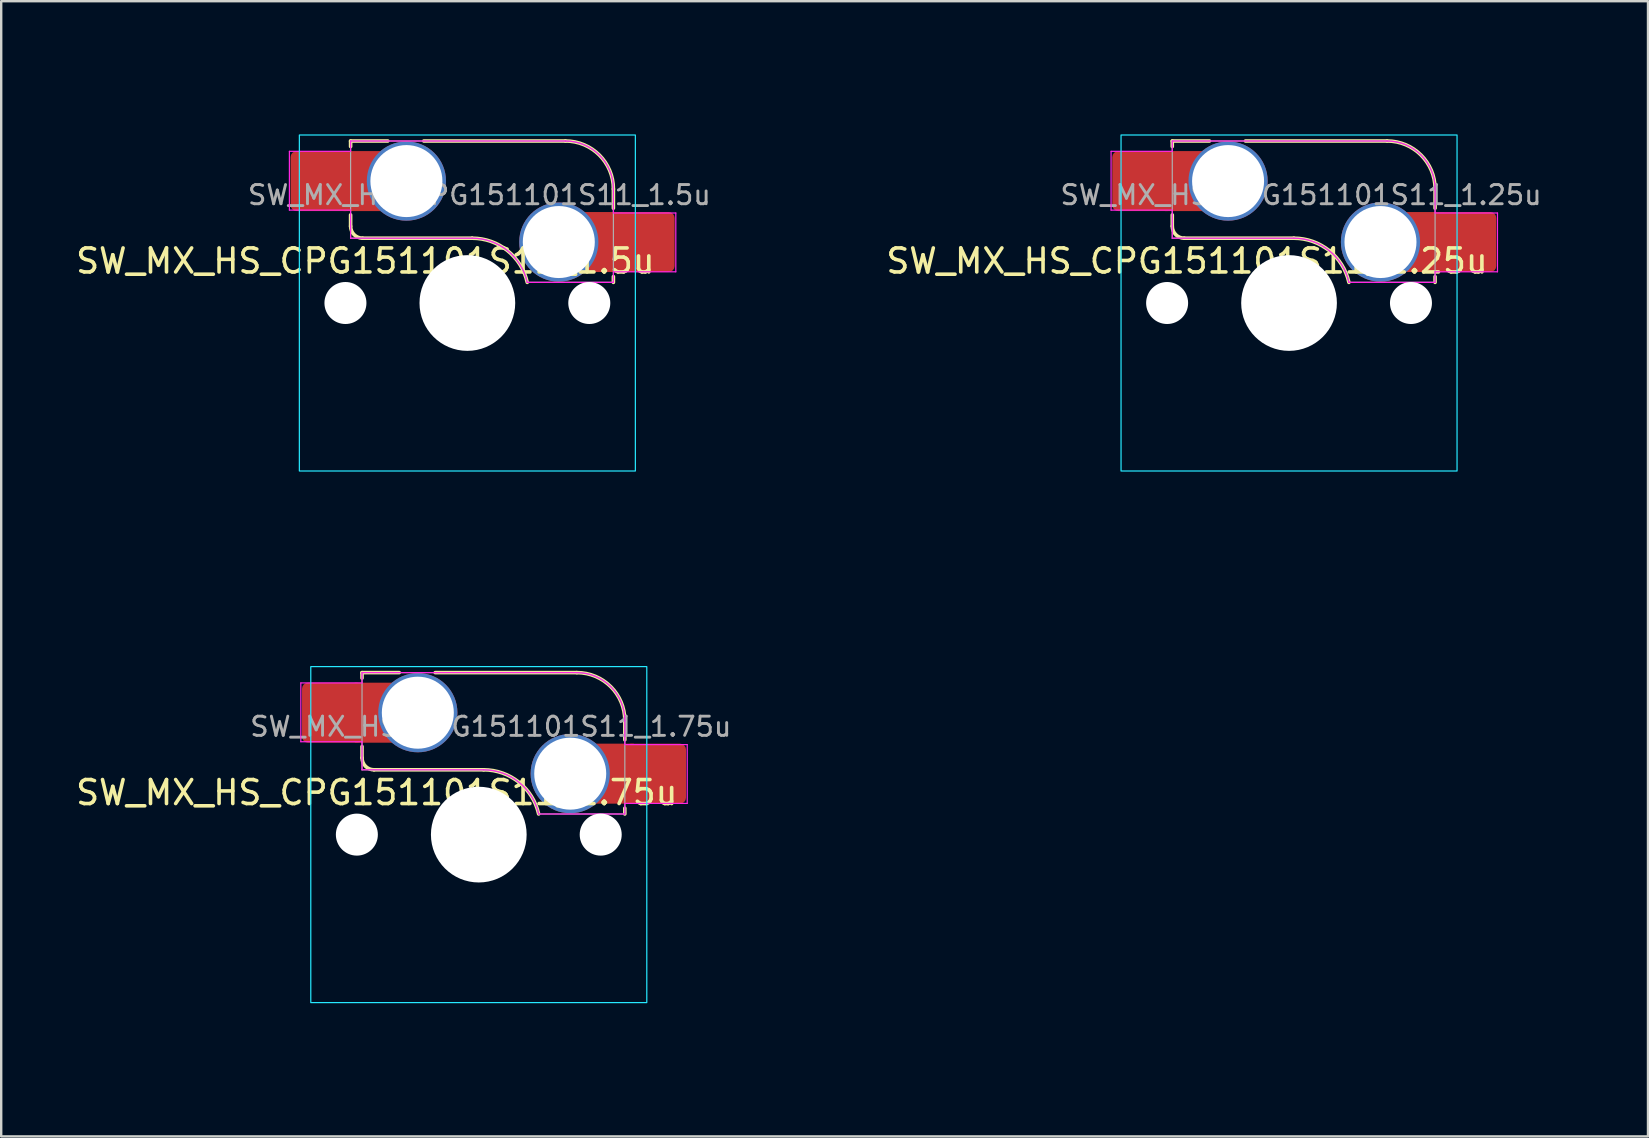
<source format=kicad_pcb>
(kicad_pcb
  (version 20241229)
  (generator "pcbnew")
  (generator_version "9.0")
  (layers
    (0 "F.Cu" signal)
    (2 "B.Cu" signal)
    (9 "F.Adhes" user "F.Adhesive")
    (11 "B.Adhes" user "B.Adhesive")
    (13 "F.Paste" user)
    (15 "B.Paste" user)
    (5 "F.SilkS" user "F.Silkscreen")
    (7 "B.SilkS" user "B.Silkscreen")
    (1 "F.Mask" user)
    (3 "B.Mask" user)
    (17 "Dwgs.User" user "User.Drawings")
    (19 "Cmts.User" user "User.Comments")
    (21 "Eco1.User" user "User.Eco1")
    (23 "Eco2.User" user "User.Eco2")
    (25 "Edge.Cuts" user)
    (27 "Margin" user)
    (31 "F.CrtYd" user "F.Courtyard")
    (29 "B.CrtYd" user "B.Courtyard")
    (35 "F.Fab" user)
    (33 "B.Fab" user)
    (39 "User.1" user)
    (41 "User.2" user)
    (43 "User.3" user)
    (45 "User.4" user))
  (footprint "SW_MX_HS_CPG151101S11_1.75u"
    (layer "F.Cu")
    (at 16.899 31.725)
    (property "Reference" "SW_MX_HS_CPG151101S11_1.75u" (at -4.25 -1.75 0) (layer "F.SilkS") (effects (font (size 1 1) (thickness 0.15))))
    (attr smd)
    (fp_line (start -4.865 -6.75) (end -4.865 -6.52) (stroke (width 0.15) (type solid)) (layer "F.SilkS"))
    (fp_line (start -4.865 -3.67) (end -4.865 -3.2) (stroke (width 0.15) (type solid)) (layer "F.SilkS"))
    (fp_line (start -4.365 -2.7) (end 0.2 -2.7) (stroke (width 0.15) (type solid)) (layer "F.SilkS"))
    (fp_line (start -3.315 -6.75) (end -4.865 -6.75) (stroke (width 0.15) (type solid)) (layer "F.SilkS"))
    (fp_line (start 4.085 -6.75) (end -1.815 -6.75) (stroke (width 0.15) (type solid)) (layer "F.SilkS"))
    (fp_line (start 6.085 -3.95) (end 6.085 -4.75) (stroke (width 0.15) (type solid)) (layer "F.SilkS"))
    (fp_line (start 6.085 -1.1) (end 6.085 -0.86) (stroke (width 0.15) (type solid)) (layer "F.SilkS"))
    (fp_arc (start -4.364824 -2.70022) (mid -4.718377 -2.846667) (end -4.864824 -3.20022) (stroke (width 0.15) (type solid)) (layer "F.SilkS"))
    (fp_arc (start 0.2 -2.70022) (mid 1.670693 -2.183637) (end 2.494322 -0.86022) (stroke (width 0.15) (type solid)) (layer "F.SilkS"))
    (fp_arc (start 4.085176 -6.75022) (mid 5.49939 -6.164434) (end 6.085176 -4.75022) (stroke (width 0.15) (type solid)) (layer "F.SilkS"))
    (fp_rect (start -16.669 -9.525) (end 16.669 9.525) (stroke (width 0.1) (type default)) (fill no) (layer "Eco2.User"))
    (fp_rect (start -7 -7) (end 7 7) (stroke (width 0.05) (type default)) (fill no) (layer "Eco2.User"))
    (fp_rect (start -7 -7) (end 7 7) (stroke (width 0.05) (type default)) (fill no) (layer "B.CrtYd"))
    (fp_line (start -7.415 -6.32) (end -4.865 -6.32) (stroke (width 0.05) (type solid)) (layer "F.CrtYd"))
    (fp_line (start -7.415 -3.87) (end -7.415 -6.32) (stroke (width 0.05) (type solid)) (layer "F.CrtYd"))
    (fp_line (start -4.865 -6.75) (end -4.865 -6.32) (stroke (width 0.05) (type solid)) (layer "F.CrtYd"))
    (fp_line (start -4.865 -3.87) (end -7.415 -3.87) (stroke (width 0.05) (type solid)) (layer "F.CrtYd"))
    (fp_line (start -4.865 -3.87) (end -4.865 -2.7) (stroke (width 0.05) (type solid)) (layer "F.CrtYd"))
    (fp_line (start -4.865 -2.7) (end 0.2 -2.7) (stroke (width 0.05) (type solid)) (layer "F.CrtYd"))
    (fp_line (start 4.085 -6.75) (end -4.865 -6.75) (stroke (width 0.05) (type solid)) (layer "F.CrtYd"))
    (fp_line (start 6.085 -3.75) (end 6.085 -4.75) (stroke (width 0.05) (type solid)) (layer "F.CrtYd"))
    (fp_line (start 6.085 -3.75) (end 8.685 -3.75) (stroke (width 0.05) (type solid)) (layer "F.CrtYd"))
    (fp_line (start 6.085 -1.3) (end 6.085 -0.86) (stroke (width 0.05) (type solid)) (layer "F.CrtYd"))
    (fp_line (start 6.085 -0.86) (end 2.494 -0.86) (stroke (width 0.05) (type solid)) (layer "F.CrtYd"))
    (fp_line (start 8.685 -3.75) (end 8.685 -1.3) (stroke (width 0.05) (type solid)) (layer "F.CrtYd"))
    (fp_line (start 8.685 -1.3) (end 6.085 -1.3) (stroke (width 0.05) (type solid)) (layer "F.CrtYd"))
    (fp_arc (start 0.2 -2.70022) (mid 1.670503 -2.183399) (end 2.494322 -0.86022) (stroke (width 0.05) (type solid)) (layer "F.CrtYd"))
    (fp_arc (start 4.085176 -6.75022) (mid 5.49939 -6.164434) (end 6.085176 -4.75022) (stroke (width 0.05) (type solid)) (layer "F.CrtYd"))
    (fp_line (start -4.865 -6.75) (end -4.865 -2.7) (stroke (width 0.05) (type solid)) (layer "F.Fab"))
    (fp_line (start -4.865 -2.7) (end 0.2 -2.7) (stroke (width 0.05) (type solid)) (layer "F.Fab"))
    (fp_line (start 4.085 -6.75) (end -4.865 -6.75) (stroke (width 0.05) (type solid)) (layer "F.Fab"))
    (fp_line (start 6.085 -0.86) (end 2.494 -0.86) (stroke (width 0.05) (type solid)) (layer "F.Fab"))
    (fp_line (start 6.085 -0.86) (end 6.085 -4.75) (stroke (width 0.05) (type solid)) (layer "F.Fab"))
    (fp_arc (start 0.2 -2.70022) (mid 1.670503 -2.183399) (end 2.494322 -0.86022) (stroke (width 0.05) (type solid)) (layer "F.Fab"))
    (fp_arc (start 4.085176 -6.75022) (mid 5.49939 -6.164434) (end 6.085176 -4.75022) (stroke (width 0.05) (type solid)) (layer "F.Fab"))
    (fp_text user "${REFERENCE}" (at 0.5 -4.5 0) (layer "F.Fab") (effects (font (size 0.8 0.8) (thickness 0.12))))
    (pad "" np_thru_hole circle (at -5.08 0) (size 1.75 1.75) (drill 1.75) (layers "*.Cu" "*.Mask"))
    (pad "" np_thru_hole circle (at 0 0) (size 3.988 3.988) (drill 3.988) (layers "*.Cu" "*.Mask"))
    (pad "" np_thru_hole circle (at 5.08 0) (size 1.75 1.75) (drill 1.75) (layers "*.Cu" "*.Mask"))
    (pad "1" thru_hole circle (at 3.81 -2.54) (size 3.3 3.3) (drill 3) (layers "*.Cu" "*.Mask"))
    (pad "1" smd rect (at 5.635 -2.54 180) (size 1.65 2.5) (layers "F.Cu"))
    (pad "1" smd roundrect (at 7.36 -2.54) (size 2.55 2.5) (layers "F.Cu" "F.Mask" "F.Paste") (roundrect_rratio 0.1))
    (pad "2" smd roundrect (at -6.09 -5.08) (size 2.55 2.5) (layers "F.Cu" "F.Mask" "F.Paste") (roundrect_rratio 0.1))
    (pad "2" smd rect (at -4.34 -5.08) (size 1.65 2.5) (layers "F.Cu"))
    (pad "2" thru_hole circle (at -2.54 -5.08) (size 3.3 3.3) (drill 3) (layers "*.Cu" "*.Mask")))
  (footprint "SW_MX_HS_CPG151101S11_1.5u"
    (layer "F.Cu")
    (at 16.423 9.575)
    (property "Reference" "SW_MX_HS_CPG151101S11_1.5u" (at -4.25 -1.75 0) (layer "F.SilkS") (effects (font (size 1 1) (thickness 0.15))))
    (attr smd)
    (fp_line (start -4.865 -6.75) (end -4.865 -6.52) (stroke (width 0.15) (type solid)) (layer "F.SilkS"))
    (fp_line (start -4.865 -3.67) (end -4.865 -3.2) (stroke (width 0.15) (type solid)) (layer "F.SilkS"))
    (fp_line (start -4.365 -2.7) (end 0.2 -2.7) (stroke (width 0.15) (type solid)) (layer "F.SilkS"))
    (fp_line (start -3.315 -6.75) (end -4.865 -6.75) (stroke (width 0.15) (type solid)) (layer "F.SilkS"))
    (fp_line (start 4.085 -6.75) (end -1.815 -6.75) (stroke (width 0.15) (type solid)) (layer "F.SilkS"))
    (fp_line (start 6.085 -3.95) (end 6.085 -4.75) (stroke (width 0.15) (type solid)) (layer "F.SilkS"))
    (fp_line (start 6.085 -1.1) (end 6.085 -0.86) (stroke (width 0.15) (type solid)) (layer "F.SilkS"))
    (fp_arc (start -4.364824 -2.70022) (mid -4.718377 -2.846667) (end -4.864824 -3.20022) (stroke (width 0.15) (type solid)) (layer "F.SilkS"))
    (fp_arc (start 0.2 -2.70022) (mid 1.670693 -2.183637) (end 2.494322 -0.86022) (stroke (width 0.15) (type solid)) (layer "F.SilkS"))
    (fp_arc (start 4.085176 -6.75022) (mid 5.49939 -6.164434) (end 6.085176 -4.75022) (stroke (width 0.15) (type solid)) (layer "F.SilkS"))
    (fp_rect (start -14.287 -9.525) (end 14.287 9.525) (stroke (width 0.1) (type default)) (fill no) (layer "Eco2.User"))
    (fp_rect (start -7 -7) (end 7 7) (stroke (width 0.05) (type default)) (fill no) (layer "Eco2.User"))
    (fp_rect (start -7 -7) (end 7 7) (stroke (width 0.05) (type default)) (fill no) (layer "B.CrtYd"))
    (fp_line (start -7.415 -6.32) (end -4.865 -6.32) (stroke (width 0.05) (type solid)) (layer "F.CrtYd"))
    (fp_line (start -7.415 -3.87) (end -7.415 -6.32) (stroke (width 0.05) (type solid)) (layer "F.CrtYd"))
    (fp_line (start -4.865 -6.75) (end -4.865 -6.32) (stroke (width 0.05) (type solid)) (layer "F.CrtYd"))
    (fp_line (start -4.865 -3.87) (end -7.415 -3.87) (stroke (width 0.05) (type solid)) (layer "F.CrtYd"))
    (fp_line (start -4.865 -3.87) (end -4.865 -2.7) (stroke (width 0.05) (type solid)) (layer "F.CrtYd"))
    (fp_line (start -4.865 -2.7) (end 0.2 -2.7) (stroke (width 0.05) (type solid)) (layer "F.CrtYd"))
    (fp_line (start 4.085 -6.75) (end -4.865 -6.75) (stroke (width 0.05) (type solid)) (layer "F.CrtYd"))
    (fp_line (start 6.085 -3.75) (end 6.085 -4.75) (stroke (width 0.05) (type solid)) (layer "F.CrtYd"))
    (fp_line (start 6.085 -3.75) (end 8.685 -3.75) (stroke (width 0.05) (type solid)) (layer "F.CrtYd"))
    (fp_line (start 6.085 -1.3) (end 6.085 -0.86) (stroke (width 0.05) (type solid)) (layer "F.CrtYd"))
    (fp_line (start 6.085 -0.86) (end 2.494 -0.86) (stroke (width 0.05) (type solid)) (layer "F.CrtYd"))
    (fp_line (start 8.685 -3.75) (end 8.685 -1.3) (stroke (width 0.05) (type solid)) (layer "F.CrtYd"))
    (fp_line (start 8.685 -1.3) (end 6.085 -1.3) (stroke (width 0.05) (type solid)) (layer "F.CrtYd"))
    (fp_arc (start 0.2 -2.70022) (mid 1.670503 -2.183399) (end 2.494322 -0.86022) (stroke (width 0.05) (type solid)) (layer "F.CrtYd"))
    (fp_arc (start 4.085176 -6.75022) (mid 5.49939 -6.164434) (end 6.085176 -4.75022) (stroke (width 0.05) (type solid)) (layer "F.CrtYd"))
    (fp_line (start -4.865 -6.75) (end -4.865 -2.7) (stroke (width 0.05) (type solid)) (layer "F.Fab"))
    (fp_line (start -4.865 -2.7) (end 0.2 -2.7) (stroke (width 0.05) (type solid)) (layer "F.Fab"))
    (fp_line (start 4.085 -6.75) (end -4.865 -6.75) (stroke (width 0.05) (type solid)) (layer "F.Fab"))
    (fp_line (start 6.085 -0.86) (end 2.494 -0.86) (stroke (width 0.05) (type solid)) (layer "F.Fab"))
    (fp_line (start 6.085 -0.86) (end 6.085 -4.75) (stroke (width 0.05) (type solid)) (layer "F.Fab"))
    (fp_arc (start 0.2 -2.70022) (mid 1.670503 -2.183399) (end 2.494322 -0.86022) (stroke (width 0.05) (type solid)) (layer "F.Fab"))
    (fp_arc (start 4.085176 -6.75022) (mid 5.49939 -6.164434) (end 6.085176 -4.75022) (stroke (width 0.05) (type solid)) (layer "F.Fab"))
    (fp_text user "${REFERENCE}" (at 0.5 -4.5 0) (layer "F.Fab") (effects (font (size 0.8 0.8) (thickness 0.12))))
    (pad "" np_thru_hole circle (at -5.08 0) (size 1.75 1.75) (drill 1.75) (layers "*.Cu" "*.Mask"))
    (pad "" np_thru_hole circle (at 0 0) (size 3.988 3.988) (drill 3.988) (layers "*.Cu" "*.Mask"))
    (pad "" np_thru_hole circle (at 5.08 0) (size 1.75 1.75) (drill 1.75) (layers "*.Cu" "*.Mask"))
    (pad "1" thru_hole circle (at 3.81 -2.54) (size 3.3 3.3) (drill 3) (layers "*.Cu" "*.Mask"))
    (pad "1" smd rect (at 5.635 -2.54 180) (size 1.65 2.5) (layers "F.Cu"))
    (pad "1" smd roundrect (at 7.36 -2.54) (size 2.55 2.5) (layers "F.Cu" "F.Mask" "F.Paste") (roundrect_rratio 0.1))
    (pad "2" smd roundrect (at -6.09 -5.08) (size 2.55 2.5) (layers "F.Cu" "F.Mask" "F.Paste") (roundrect_rratio 0.1))
    (pad "2" smd rect (at -4.34 -5.08) (size 1.65 2.5) (layers "F.Cu"))
    (pad "2" thru_hole circle (at -2.54 -5.08) (size 3.3 3.3) (drill 3) (layers "*.Cu" "*.Mask")))
  (footprint "SW_MX_HS_CPG151101S11_1.25u"
    (layer "F.Cu")
    (at 50.659 9.575)
    (property "Reference" "SW_MX_HS_CPG151101S11_1.25u" (at -4.25 -1.75 0) (layer "F.SilkS") (effects (font (size 1 1) (thickness 0.15))))
    (attr smd)
    (fp_line (start -4.865 -6.75) (end -4.865 -6.52) (stroke (width 0.15) (type solid)) (layer "F.SilkS"))
    (fp_line (start -4.865 -3.67) (end -4.865 -3.2) (stroke (width 0.15) (type solid)) (layer "F.SilkS"))
    (fp_line (start -4.365 -2.7) (end 0.2 -2.7) (stroke (width 0.15) (type solid)) (layer "F.SilkS"))
    (fp_line (start -3.315 -6.75) (end -4.865 -6.75) (stroke (width 0.15) (type solid)) (layer "F.SilkS"))
    (fp_line (start 4.085 -6.75) (end -1.815 -6.75) (stroke (width 0.15) (type solid)) (layer "F.SilkS"))
    (fp_line (start 6.085 -3.95) (end 6.085 -4.75) (stroke (width 0.15) (type solid)) (layer "F.SilkS"))
    (fp_line (start 6.085 -1.1) (end 6.085 -0.86) (stroke (width 0.15) (type solid)) (layer "F.SilkS"))
    (fp_arc (start -4.364824 -2.70022) (mid -4.718377 -2.846667) (end -4.864824 -3.20022) (stroke (width 0.15) (type solid)) (layer "F.SilkS"))
    (fp_arc (start 0.2 -2.70022) (mid 1.670693 -2.183637) (end 2.494322 -0.86022) (stroke (width 0.15) (type solid)) (layer "F.SilkS"))
    (fp_arc (start 4.085176 -6.75022) (mid 5.49939 -6.164434) (end 6.085176 -4.75022) (stroke (width 0.15) (type solid)) (layer "F.SilkS"))
    (fp_rect (start -11.906 -9.525) (end 11.906 9.525) (stroke (width 0.1) (type default)) (fill no) (layer "Eco2.User"))
    (fp_rect (start -7 -7) (end 7 7) (stroke (width 0.05) (type default)) (fill no) (layer "Eco2.User"))
    (fp_rect (start -7 -7) (end 7 7) (stroke (width 0.05) (type default)) (fill no) (layer "B.CrtYd"))
    (fp_line (start -7.415 -6.32) (end -4.865 -6.32) (stroke (width 0.05) (type solid)) (layer "F.CrtYd"))
    (fp_line (start -7.415 -3.87) (end -7.415 -6.32) (stroke (width 0.05) (type solid)) (layer "F.CrtYd"))
    (fp_line (start -4.865 -6.75) (end -4.865 -6.32) (stroke (width 0.05) (type solid)) (layer "F.CrtYd"))
    (fp_line (start -4.865 -3.87) (end -7.415 -3.87) (stroke (width 0.05) (type solid)) (layer "F.CrtYd"))
    (fp_line (start -4.865 -3.87) (end -4.865 -2.7) (stroke (width 0.05) (type solid)) (layer "F.CrtYd"))
    (fp_line (start -4.865 -2.7) (end 0.2 -2.7) (stroke (width 0.05) (type solid)) (layer "F.CrtYd"))
    (fp_line (start 4.085 -6.75) (end -4.865 -6.75) (stroke (width 0.05) (type solid)) (layer "F.CrtYd"))
    (fp_line (start 6.085 -3.75) (end 6.085 -4.75) (stroke (width 0.05) (type solid)) (layer "F.CrtYd"))
    (fp_line (start 6.085 -3.75) (end 8.685 -3.75) (stroke (width 0.05) (type solid)) (layer "F.CrtYd"))
    (fp_line (start 6.085 -1.3) (end 6.085 -0.86) (stroke (width 0.05) (type solid)) (layer "F.CrtYd"))
    (fp_line (start 6.085 -0.86) (end 2.494 -0.86) (stroke (width 0.05) (type solid)) (layer "F.CrtYd"))
    (fp_line (start 8.685 -3.75) (end 8.685 -1.3) (stroke (width 0.05) (type solid)) (layer "F.CrtYd"))
    (fp_line (start 8.685 -1.3) (end 6.085 -1.3) (stroke (width 0.05) (type solid)) (layer "F.CrtYd"))
    (fp_arc (start 0.2 -2.70022) (mid 1.670503 -2.183399) (end 2.494322 -0.86022) (stroke (width 0.05) (type solid)) (layer "F.CrtYd"))
    (fp_arc (start 4.085176 -6.75022) (mid 5.49939 -6.164434) (end 6.085176 -4.75022) (stroke (width 0.05) (type solid)) (layer "F.CrtYd"))
    (fp_line (start -4.865 -6.75) (end -4.865 -2.7) (stroke (width 0.05) (type solid)) (layer "F.Fab"))
    (fp_line (start -4.865 -2.7) (end 0.2 -2.7) (stroke (width 0.05) (type solid)) (layer "F.Fab"))
    (fp_line (start 4.085 -6.75) (end -4.865 -6.75) (stroke (width 0.05) (type solid)) (layer "F.Fab"))
    (fp_line (start 6.085 -0.86) (end 2.494 -0.86) (stroke (width 0.05) (type solid)) (layer "F.Fab"))
    (fp_line (start 6.085 -0.86) (end 6.085 -4.75) (stroke (width 0.05) (type solid)) (layer "F.Fab"))
    (fp_arc (start 0.2 -2.70022) (mid 1.670503 -2.183399) (end 2.494322 -0.86022) (stroke (width 0.05) (type solid)) (layer "F.Fab"))
    (fp_arc (start 4.085176 -6.75022) (mid 5.49939 -6.164434) (end 6.085176 -4.75022) (stroke (width 0.05) (type solid)) (layer "F.Fab"))
    (fp_text user "${REFERENCE}" (at 0.5 -4.5 0) (layer "F.Fab") (effects (font (size 0.8 0.8) (thickness 0.12))))
    (pad "" np_thru_hole circle (at -5.08 0) (size 1.75 1.75) (drill 1.75) (layers "*.Cu" "*.Mask"))
    (pad "" np_thru_hole circle (at 0 0) (size 3.988 3.988) (drill 3.988) (layers "*.Cu" "*.Mask"))
    (pad "" np_thru_hole circle (at 5.08 0) (size 1.75 1.75) (drill 1.75) (layers "*.Cu" "*.Mask"))
    (pad "1" thru_hole circle (at 3.81 -2.54) (size 3.3 3.3) (drill 3) (layers "*.Cu" "*.Mask"))
    (pad "1" smd rect (at 5.635 -2.54 180) (size 1.65 2.5) (layers "F.Cu"))
    (pad "1" smd roundrect (at 7.36 -2.54) (size 2.55 2.5) (layers "F.Cu" "F.Mask" "F.Paste") (roundrect_rratio 0.1))
    (pad "2" smd roundrect (at -6.09 -5.08) (size 2.55 2.5) (layers "F.Cu" "F.Mask" "F.Paste") (roundrect_rratio 0.1))
    (pad "2" smd rect (at -4.34 -5.08) (size 1.65 2.5) (layers "F.Cu"))
    (pad "2" thru_hole circle (at -2.54 -5.08) (size 3.3 3.3) (drill 3) (layers "*.Cu" "*.Mask")))
  (gr_rect
    (start -3 -3)
    (end 65.615 44.3)
    (stroke (width 0.1) (type default))
    (fill no)
    (layer "Edge.Cuts")))
</source>
